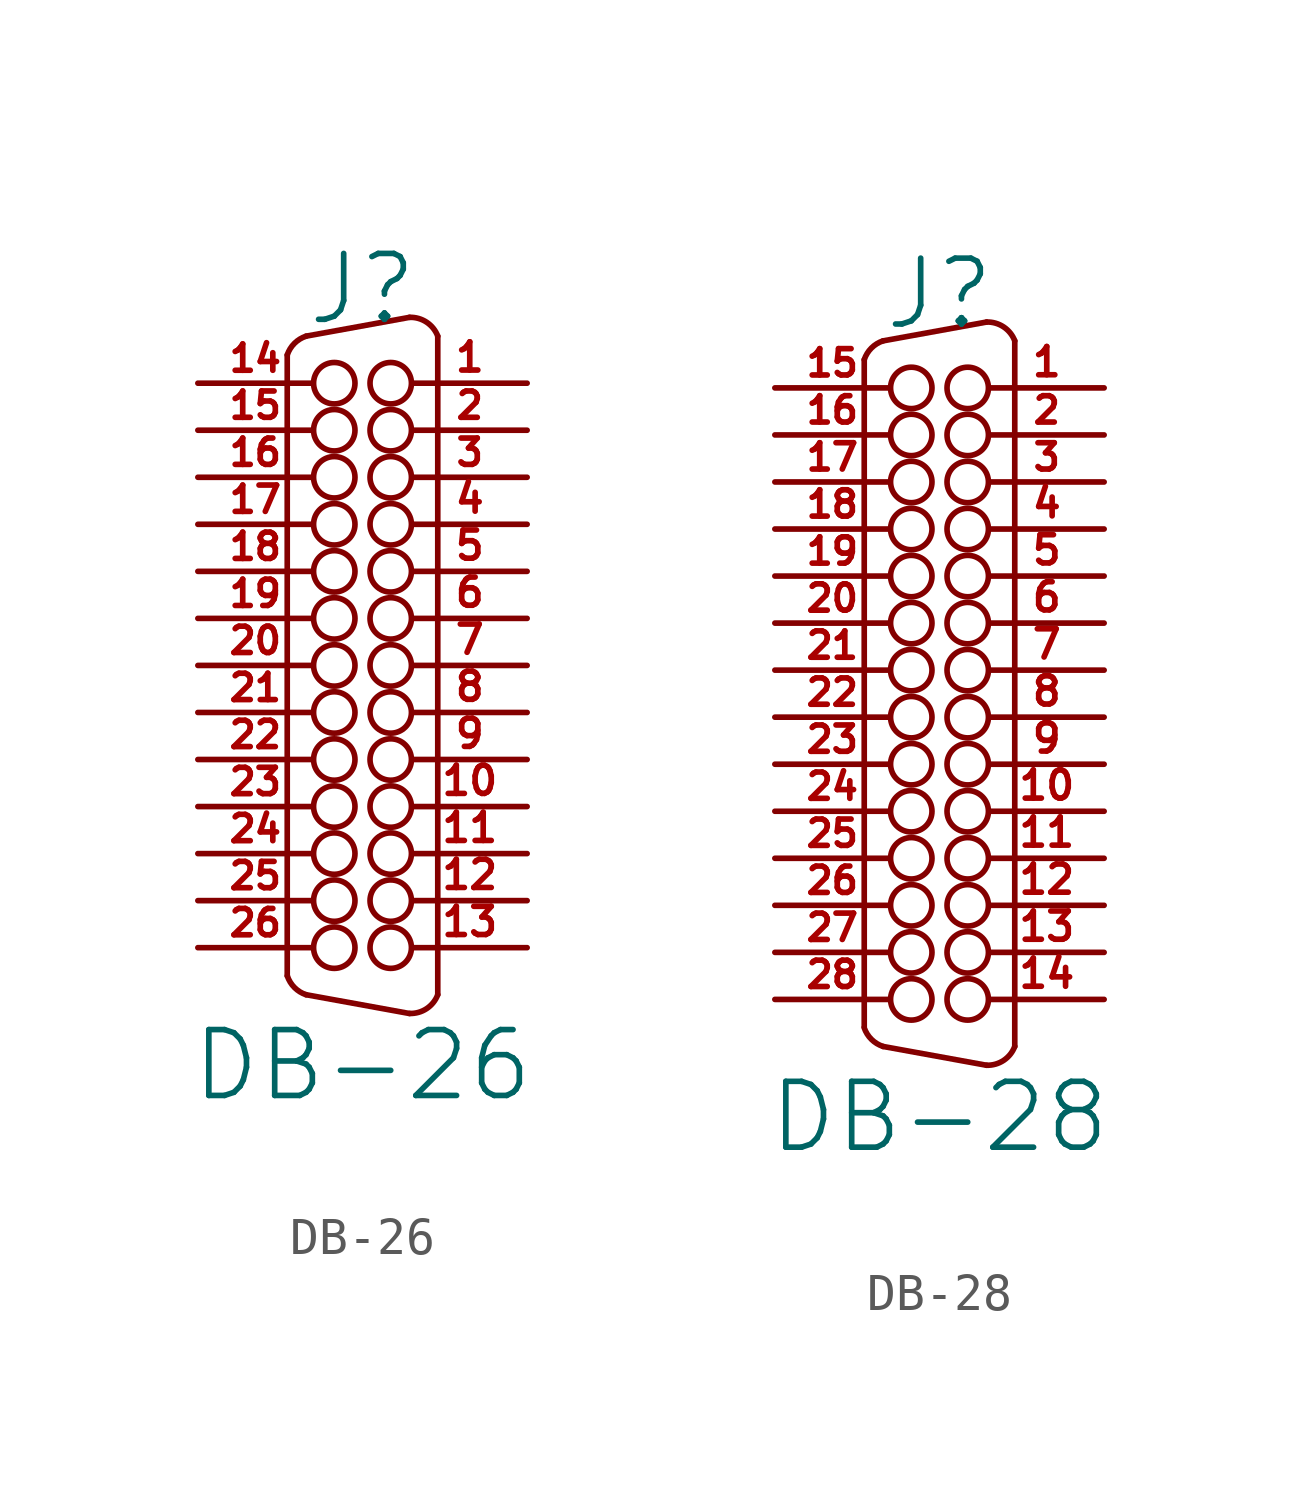
<source format=kicad_sym>
(kicad_symbol_lib
  (version 20211014)
  (generator kicad_symbol_editor)
  (symbol "DB-26"
    (pin_names
      (offset 1.016) hide)
    (property "Reference" "J"
      (at 0 10.16 0)
      (effects (font (size 1.778 1.778))))
    (property "Value" "DB-26"
      (at 0 -10.795 0)
      (effects (font (size 1.778 1.778))))
    (property "Footprint" ""
      (at 0 0 0)
      (effects (font (size 1.524 1.524))))
    (property "Datasheet" ""
      (at 0 0 0)
      (effects (font (size 1.524 1.524))))
    (symbol "DB-26_0_1"
      (arc (start -2.032 -8.382) (mid -1.838 -8.696) (end -1.524 -8.89) (stroke (width 0) (type default) (color 0 0 0 0)) (fill (type none)))
      (arc (start -1.524 8.89) (mid -1.838 8.696) (end -2.032 8.382) (stroke (width 0) (type default) (color 0 0 0 0)) (fill (type none)))
      (circle (center -0.762 -7.62) (radius 0.559) (stroke (width 0) (type default) (color 0 0 0 0)) (fill (type none)))
      (circle (center -0.762 -6.35) (radius 0.559) (stroke (width 0) (type default) (color 0 0 0 0)) (fill (type none)))
      (circle (center -0.762 -5.08) (radius 0.559) (stroke (width 0) (type default) (color 0 0 0 0)) (fill (type none)))
      (circle (center -0.762 -3.81) (radius 0.559) (stroke (width 0) (type default) (color 0 0 0 0)) (fill (type none)))
      (circle (center -0.762 -2.54) (radius 0.559) (stroke (width 0) (type default) (color 0 0 0 0)) (fill (type none)))
      (circle (center -0.762 -1.27) (radius 0.559) (stroke (width 0) (type default) (color 0 0 0 0)) (fill (type none)))
      (circle (center -0.762 0) (radius 0.559) (stroke (width 0) (type default) (color 0 0 0 0)) (fill (type none)))
      (circle (center -0.762 1.27) (radius 0.559) (stroke (width 0) (type default) (color 0 0 0 0)) (fill (type none)))
      (circle (center -0.762 2.54) (radius 0.559) (stroke (width 0) (type default) (color 0 0 0 0)) (fill (type none)))
      (circle (center -0.762 3.81) (radius 0.559) (stroke (width 0) (type default) (color 0 0 0 0)) (fill (type none)))
      (circle (center -0.762 5.08) (radius 0.559) (stroke (width 0) (type default) (color 0 0 0 0)) (fill (type none)))
      (circle (center -0.762 6.35) (radius 0.559) (stroke (width 0) (type default) (color 0 0 0 0)) (fill (type none)))
      (circle (center -0.762 7.62) (radius 0.559) (stroke (width 0) (type default) (color 0 0 0 0)) (fill (type none)))
      (polyline (pts (xy -2.032 -8.382) (xy -2.032 8.382)) (stroke (width 0) (type default) (color 0 0 0 0)) (fill (type none)))
      (polyline (pts (xy 2.032 8.89) (xy 2.032 -8.89)) (stroke (width 0) (type default) (color 0 0 0 0)) (fill (type none)))
      (polyline (pts (xy -1.524 -8.89) (xy 1.27 -9.398) (xy 1.27 -9.398)) (stroke (width 0) (type default) (color 0 0 0 0)) (fill (type none)))
      (polyline (pts (xy -1.524 8.89) (xy 1.27 9.398) (xy 1.27 9.398)) (stroke (width 0) (type default) (color 0 0 0 0)) (fill (type none)))
      (circle (center 0.762 -7.62) (radius 0.559) (stroke (width 0) (type default) (color 0 0 0 0)) (fill (type none)))
      (circle (center 0.762 -6.35) (radius 0.559) (stroke (width 0) (type default) (color 0 0 0 0)) (fill (type none)))
      (circle (center 0.762 -5.08) (radius 0.559) (stroke (width 0) (type default) (color 0 0 0 0)) (fill (type none)))
      (circle (center 0.762 -3.81) (radius 0.559) (stroke (width 0) (type default) (color 0 0 0 0)) (fill (type none)))
      (circle (center 0.762 -2.54) (radius 0.559) (stroke (width 0) (type default) (color 0 0 0 0)) (fill (type none)))
      (circle (center 0.762 -1.27) (radius 0.559) (stroke (width 0) (type default) (color 0 0 0 0)) (fill (type none)))
      (circle (center 0.762 0) (radius 0.559) (stroke (width 0) (type default) (color 0 0 0 0)) (fill (type none)))
      (circle (center 0.762 1.27) (radius 0.559) (stroke (width 0) (type default) (color 0 0 0 0)) (fill (type none)))
      (circle (center 0.762 2.54) (radius 0.559) (stroke (width 0) (type default) (color 0 0 0 0)) (fill (type none)))
      (circle (center 0.762 3.81) (radius 0.559) (stroke (width 0) (type default) (color 0 0 0 0)) (fill (type none)))
      (circle (center 0.762 5.08) (radius 0.559) (stroke (width 0) (type default) (color 0 0 0 0)) (fill (type none)))
      (circle (center 0.762 6.35) (radius 0.559) (stroke (width 0) (type default) (color 0 0 0 0)) (fill (type none)))
      (circle (center 0.762 7.62) (radius 0.559) (stroke (width 0) (type default) (color 0 0 0 0)) (fill (type none)))
      (arc (start 1.27 -9.398) (mid 1.7324 -9.2661) (end 2.032 -8.89) (stroke (width 0) (type default) (color 0 0 0 0)) (fill (type none)))
      (arc (start 2.032 8.89) (mid 1.7324 9.2661) (end 1.27 9.398) (stroke (width 0) (type default) (color 0 0 0 0)) (fill (type none))))
    (symbol "DB-26_1_1"
      (pin passive line (at 4.445 7.62 180) (length 3.099) (name "~" (effects (font (size 0.762 0.762)))) (number "1" (effects (font (size 0.762 0.762)))))
      (pin passive line (at 4.445 -3.81 180) (length 3.099) (name "~" (effects (font (size 0.762 0.762)))) (number "10" (effects (font (size 0.762 0.762)))))
      (pin passive line (at 4.445 -5.08 180) (length 3.099) (name "~" (effects (font (size 0.762 0.762)))) (number "11" (effects (font (size 0.762 0.762)))))
      (pin passive line (at 4.445 -6.35 180) (length 3.099) (name "~" (effects (font (size 0.762 0.762)))) (number "12" (effects (font (size 0.762 0.762)))))
      (pin passive line (at 4.445 -7.62 180) (length 3.099) (name "~" (effects (font (size 0.762 0.762)))) (number "13" (effects (font (size 0.762 0.762)))))
      (pin passive line (at -4.445 7.62 0) (length 3.099) (name "~" (effects (font (size 0.711 0.711)))) (number "14" (effects (font (size 0.711 0.711)))))
      (pin passive line (at -4.445 6.35 0) (length 3.099) (name "~" (effects (font (size 0.711 0.711)))) (number "15" (effects (font (size 0.711 0.711)))))
      (pin passive line (at -4.445 5.08 0) (length 3.099) (name "~" (effects (font (size 0.711 0.711)))) (number "16" (effects (font (size 0.711 0.711)))))
      (pin passive line (at -4.445 3.81 0) (length 3.099) (name "~" (effects (font (size 0.711 0.711)))) (number "17" (effects (font (size 0.711 0.711)))))
      (pin passive line (at -4.445 2.54 0) (length 3.099) (name "~" (effects (font (size 0.711 0.711)))) (number "18" (effects (font (size 0.711 0.711)))))
      (pin passive line (at -4.445 1.27 0) (length 3.099) (name "~" (effects (font (size 0.711 0.711)))) (number "19" (effects (font (size 0.711 0.711)))))
      (pin passive line (at 4.445 6.35 180) (length 3.099) (name "~" (effects (font (size 0.711 0.711)))) (number "2" (effects (font (size 0.711 0.711)))))
      (pin passive line (at -4.445 0 0) (length 3.099) (name "~" (effects (font (size 0.711 0.711)))) (number "20" (effects (font (size 0.711 0.711)))))
      (pin passive line (at -4.445 -1.27 0) (length 3.099) (name "~" (effects (font (size 0.711 0.711)))) (number "21" (effects (font (size 0.711 0.711)))))
      (pin passive line (at -4.445 -2.54 0) (length 3.099) (name "~" (effects (font (size 0.711 0.711)))) (number "22" (effects (font (size 0.711 0.711)))))
      (pin passive line (at -4.445 -3.81 0) (length 3.099) (name "~" (effects (font (size 0.711 0.711)))) (number "23" (effects (font (size 0.711 0.711)))))
      (pin passive line (at -4.445 -5.08 0) (length 3.099) (name "~" (effects (font (size 0.711 0.711)))) (number "24" (effects (font (size 0.711 0.711)))))
      (pin passive line (at -4.445 -6.35 0) (length 3.099) (name "~" (effects (font (size 0.711 0.711)))) (number "25" (effects (font (size 0.711 0.711)))))
      (pin passive line (at -4.445 -7.62 0) (length 3.099) (name "~" (effects (font (size 0.711 0.711)))) (number "26" (effects (font (size 0.711 0.711)))))
      (pin passive line (at 4.445 5.08 180) (length 3.099) (name "~" (effects (font (size 0.711 0.711)))) (number "3" (effects (font (size 0.711 0.711)))))
      (pin passive line (at 4.445 3.81 180) (length 3.099) (name "~" (effects (font (size 0.762 0.762)))) (number "4" (effects (font (size 0.762 0.762)))))
      (pin passive line (at 4.445 2.54 180) (length 3.099) (name "~" (effects (font (size 0.762 0.762)))) (number "5" (effects (font (size 0.762 0.762)))))
      (pin passive line (at 4.445 1.27 180) (length 3.099) (name "~" (effects (font (size 0.762 0.762)))) (number "6" (effects (font (size 0.762 0.762)))))
      (pin passive line (at 4.445 0 180) (length 3.099) (name "~" (effects (font (size 0.762 0.762)))) (number "7" (effects (font (size 0.762 0.762)))))
      (pin passive line (at 4.445 -1.27 180) (length 3.099) (name "~" (effects (font (size 0.762 0.762)))) (number "8" (effects (font (size 0.762 0.762)))))
      (pin passive line (at 4.445 -2.54 180) (length 3.099) (name "~" (effects (font (size 0.762 0.762)))) (number "9" (effects (font (size 0.762 0.762)))))))
  (symbol "DB-28"
    (pin_names
      (offset 1.016) hide)
    (property "Reference" "J"
      (at 0 10.795 0)
      (effects (font (size 1.778 1.778))))
    (property "Value" "DB-28"
      (at 0 -11.43 0)
      (effects (font (size 1.778 1.778))))
    (property "Footprint" ""
      (at 0 0 0)
      (effects (font (size 1.524 1.524))))
    (property "Datasheet" ""
      (at 0 0 0)
      (effects (font (size 1.524 1.524))))
    (symbol "DB-28_0_1"
      (arc (start -2.032 -9.017) (mid -1.838 -9.331) (end -1.524 -9.525) (stroke (width 0) (type default) (color 0 0 0 0)) (fill (type none)))
      (arc (start -1.524 9.525) (mid -1.838 9.331) (end -2.032 9.017) (stroke (width 0) (type default) (color 0 0 0 0)) (fill (type none)))
      (circle (center -0.762 -8.255) (radius 0.559) (stroke (width 0) (type default) (color 0 0 0 0)) (fill (type none)))
      (circle (center -0.762 -6.985) (radius 0.559) (stroke (width 0) (type default) (color 0 0 0 0)) (fill (type none)))
      (circle (center -0.762 -5.715) (radius 0.559) (stroke (width 0) (type default) (color 0 0 0 0)) (fill (type none)))
      (circle (center -0.762 -4.445) (radius 0.559) (stroke (width 0) (type default) (color 0 0 0 0)) (fill (type none)))
      (circle (center -0.762 -3.175) (radius 0.559) (stroke (width 0) (type default) (color 0 0 0 0)) (fill (type none)))
      (circle (center -0.762 -1.905) (radius 0.559) (stroke (width 0) (type default) (color 0 0 0 0)) (fill (type none)))
      (circle (center -0.762 -0.635) (radius 0.559) (stroke (width 0) (type default) (color 0 0 0 0)) (fill (type none)))
      (circle (center -0.762 0.635) (radius 0.559) (stroke (width 0) (type default) (color 0 0 0 0)) (fill (type none)))
      (circle (center -0.762 1.905) (radius 0.559) (stroke (width 0) (type default) (color 0 0 0 0)) (fill (type none)))
      (circle (center -0.762 3.175) (radius 0.559) (stroke (width 0) (type default) (color 0 0 0 0)) (fill (type none)))
      (circle (center -0.762 4.445) (radius 0.559) (stroke (width 0) (type default) (color 0 0 0 0)) (fill (type none)))
      (circle (center -0.762 5.715) (radius 0.559) (stroke (width 0) (type default) (color 0 0 0 0)) (fill (type none)))
      (circle (center -0.762 6.985) (radius 0.559) (stroke (width 0) (type default) (color 0 0 0 0)) (fill (type none)))
      (circle (center -0.762 8.255) (radius 0.559) (stroke (width 0) (type default) (color 0 0 0 0)) (fill (type none)))
      (polyline (pts (xy -2.032 9.017) (xy -2.032 -8.992)) (stroke (width 0) (type default) (color 0 0 0 0)) (fill (type none)))
      (polyline (pts (xy 2.032 -9.525) (xy 2.032 9.525)) (stroke (width 0) (type default) (color 0 0 0 0)) (fill (type none)))
      (polyline (pts (xy -1.524 -9.525) (xy 1.27 -10.033) (xy 1.27 -10.033)) (stroke (width 0) (type default) (color 0 0 0 0)) (fill (type none)))
      (polyline (pts (xy -1.524 9.525) (xy 1.27 10.033) (xy 1.27 10.033)) (stroke (width 0) (type default) (color 0 0 0 0)) (fill (type none)))
      (circle (center 0.762 -8.255) (radius 0.559) (stroke (width 0) (type default) (color 0 0 0 0)) (fill (type none)))
      (circle (center 0.762 -6.985) (radius 0.559) (stroke (width 0) (type default) (color 0 0 0 0)) (fill (type none)))
      (circle (center 0.762 -5.715) (radius 0.559) (stroke (width 0) (type default) (color 0 0 0 0)) (fill (type none)))
      (circle (center 0.762 -4.445) (radius 0.559) (stroke (width 0) (type default) (color 0 0 0 0)) (fill (type none)))
      (circle (center 0.762 -3.175) (radius 0.559) (stroke (width 0) (type default) (color 0 0 0 0)) (fill (type none)))
      (circle (center 0.762 -1.905) (radius 0.559) (stroke (width 0) (type default) (color 0 0 0 0)) (fill (type none)))
      (circle (center 0.762 -0.635) (radius 0.559) (stroke (width 0) (type default) (color 0 0 0 0)) (fill (type none)))
      (circle (center 0.762 0.635) (radius 0.559) (stroke (width 0) (type default) (color 0 0 0 0)) (fill (type none)))
      (circle (center 0.762 1.905) (radius 0.559) (stroke (width 0) (type default) (color 0 0 0 0)) (fill (type none)))
      (circle (center 0.762 3.175) (radius 0.559) (stroke (width 0) (type default) (color 0 0 0 0)) (fill (type none)))
      (circle (center 0.762 4.445) (radius 0.559) (stroke (width 0) (type default) (color 0 0 0 0)) (fill (type none)))
      (circle (center 0.762 5.715) (radius 0.559) (stroke (width 0) (type default) (color 0 0 0 0)) (fill (type none)))
      (circle (center 0.762 6.985) (radius 0.559) (stroke (width 0) (type default) (color 0 0 0 0)) (fill (type none)))
      (circle (center 0.762 8.255) (radius 0.559) (stroke (width 0) (type default) (color 0 0 0 0)) (fill (type none)))
      (arc (start 1.27 -10.033) (mid 1.7324 -9.9011) (end 2.032 -9.525) (stroke (width 0) (type default) (color 0 0 0 0)) (fill (type none)))
      (arc (start 2.032 9.525) (mid 1.7324 9.9011) (end 1.27 10.033) (stroke (width 0) (type default) (color 0 0 0 0)) (fill (type none))))
    (symbol "DB-28_1_1"
      (pin passive line (at 4.445 8.255 180) (length 3.099) (name "~" (effects (font (size 0.762 0.762)))) (number "1" (effects (font (size 0.762 0.762)))))
      (pin passive line (at 4.445 -3.175 180) (length 3.099) (name "~" (effects (font (size 0.762 0.762)))) (number "10" (effects (font (size 0.762 0.762)))))
      (pin passive line (at 4.445 -4.445 180) (length 3.099) (name "~" (effects (font (size 0.762 0.762)))) (number "11" (effects (font (size 0.762 0.762)))))
      (pin passive line (at 4.445 -5.715 180) (length 3.099) (name "~" (effects (font (size 0.762 0.762)))) (number "12" (effects (font (size 0.762 0.762)))))
      (pin passive line (at 4.445 -6.985 180) (length 3.099) (name "~" (effects (font (size 0.762 0.762)))) (number "13" (effects (font (size 0.762 0.762)))))
      (pin passive line (at 4.445 -8.255 180) (length 3.099) (name "~" (effects (font (size 0.762 0.762)))) (number "14" (effects (font (size 0.762 0.762)))))
      (pin passive line (at -4.445 8.255 0) (length 3.099) (name "~" (effects (font (size 0.711 0.711)))) (number "15" (effects (font (size 0.711 0.711)))))
      (pin passive line (at -4.445 6.985 0) (length 3.099) (name "~" (effects (font (size 0.711 0.711)))) (number "16" (effects (font (size 0.711 0.711)))))
      (pin passive line (at -4.445 5.715 0) (length 3.099) (name "~" (effects (font (size 0.711 0.711)))) (number "17" (effects (font (size 0.711 0.711)))))
      (pin passive line (at -4.445 4.445 0) (length 3.099) (name "~" (effects (font (size 0.711 0.711)))) (number "18" (effects (font (size 0.711 0.711)))))
      (pin passive line (at -4.445 3.175 0) (length 3.099) (name "~" (effects (font (size 0.711 0.711)))) (number "19" (effects (font (size 0.711 0.711)))))
      (pin passive line (at 4.445 6.985 180) (length 3.099) (name "~" (effects (font (size 0.711 0.711)))) (number "2" (effects (font (size 0.711 0.711)))))
      (pin passive line (at -4.445 1.905 0) (length 3.099) (name "~" (effects (font (size 0.711 0.711)))) (number "20" (effects (font (size 0.711 0.711)))))
      (pin passive line (at -4.445 0.635 0) (length 3.099) (name "~" (effects (font (size 0.711 0.711)))) (number "21" (effects (font (size 0.711 0.711)))))
      (pin passive line (at -4.445 -0.635 0) (length 3.099) (name "~" (effects (font (size 0.711 0.711)))) (number "22" (effects (font (size 0.711 0.711)))))
      (pin passive line (at -4.445 -1.905 0) (length 3.099) (name "~" (effects (font (size 0.711 0.711)))) (number "23" (effects (font (size 0.711 0.711)))))
      (pin passive line (at -4.445 -3.175 0) (length 3.099) (name "~" (effects (font (size 0.711 0.711)))) (number "24" (effects (font (size 0.711 0.711)))))
      (pin passive line (at -4.445 -4.445 0) (length 3.099) (name "~" (effects (font (size 0.711 0.711)))) (number "25" (effects (font (size 0.711 0.711)))))
      (pin passive line (at -4.445 -5.715 0) (length 3.099) (name "~" (effects (font (size 0.711 0.711)))) (number "26" (effects (font (size 0.711 0.711)))))
      (pin passive line (at -4.445 -6.985 0) (length 3.099) (name "~" (effects (font (size 0.711 0.711)))) (number "27" (effects (font (size 0.711 0.711)))))
      (pin passive line (at -4.445 -8.255 0) (length 3.099) (name "~" (effects (font (size 0.711 0.711)))) (number "28" (effects (font (size 0.711 0.711)))))
      (pin passive line (at 4.445 5.715 180) (length 3.099) (name "~" (effects (font (size 0.711 0.711)))) (number "3" (effects (font (size 0.711 0.711)))))
      (pin passive line (at 4.445 4.445 180) (length 3.099) (name "~" (effects (font (size 0.762 0.762)))) (number "4" (effects (font (size 0.762 0.762)))))
      (pin passive line (at 4.445 3.175 180) (length 3.099) (name "~" (effects (font (size 0.762 0.762)))) (number "5" (effects (font (size 0.762 0.762)))))
      (pin passive line (at 4.445 1.905 180) (length 3.099) (name "~" (effects (font (size 0.762 0.762)))) (number "6" (effects (font (size 0.762 0.762)))))
      (pin passive line (at 4.445 0.635 180) (length 3.099) (name "~" (effects (font (size 0.762 0.762)))) (number "7" (effects (font (size 0.762 0.762)))))
      (pin passive line (at 4.445 -0.635 180) (length 3.099) (name "~" (effects (font (size 0.762 0.762)))) (number "8" (effects (font (size 0.762 0.762)))))
      (pin passive line (at 4.445 -1.905 180) (length 3.099) (name "~" (effects (font (size 0.762 0.762)))) (number "9" (effects (font (size 0.762 0.762))))))))
</source>
